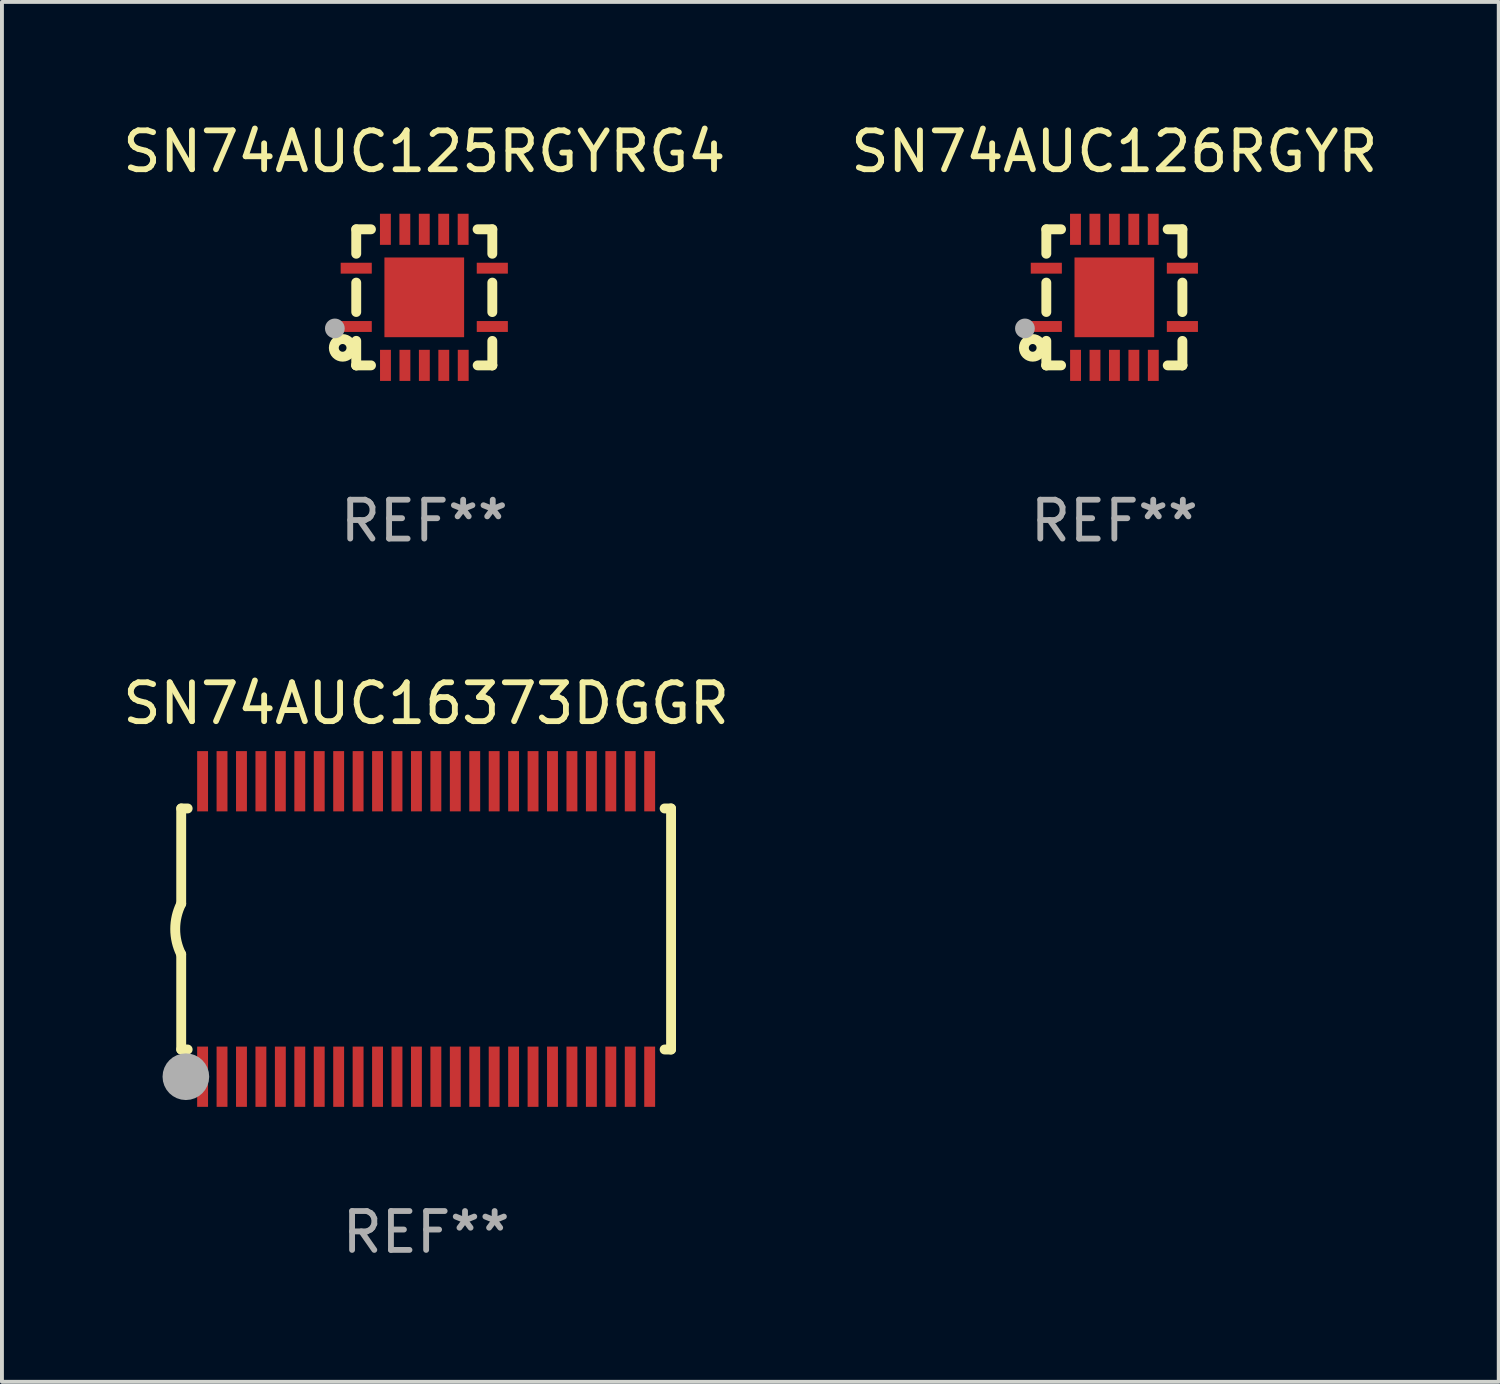
<source format=kicad_pcb>
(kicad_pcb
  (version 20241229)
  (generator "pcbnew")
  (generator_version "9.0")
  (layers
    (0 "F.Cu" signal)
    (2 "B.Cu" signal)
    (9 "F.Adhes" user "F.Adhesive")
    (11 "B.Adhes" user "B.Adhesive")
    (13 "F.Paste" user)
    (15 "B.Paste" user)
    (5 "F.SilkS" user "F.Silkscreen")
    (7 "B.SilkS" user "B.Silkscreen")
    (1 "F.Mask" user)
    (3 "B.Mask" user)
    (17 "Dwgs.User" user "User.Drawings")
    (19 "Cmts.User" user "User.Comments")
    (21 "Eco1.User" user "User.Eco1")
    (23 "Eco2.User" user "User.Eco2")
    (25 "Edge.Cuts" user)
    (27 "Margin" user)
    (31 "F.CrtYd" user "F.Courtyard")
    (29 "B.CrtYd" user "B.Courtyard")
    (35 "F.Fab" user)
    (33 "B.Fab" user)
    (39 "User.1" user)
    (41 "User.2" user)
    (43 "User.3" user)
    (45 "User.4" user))
  (footprint "SN74AUC125RGYRG4"
    (layer "F.Cu")
    (at 7.863 4.598)
    (property "Reference" "SN74AUC125RGYRG4" (at 0 -3.75 0) (layer "F.SilkS") (effects (font (size 1 1) (thickness 0.15))))
    (attr through_hole)
    (fp_line (start -1.75 1.75) (end -1.37 1.75) (stroke (width 0.254) (type solid)) (layer "F.SilkS"))
    (fp_line (start -1.75 -1.75) (end -1.75 -1.121) (stroke (width 0.254) (type solid)) (layer "F.SilkS"))
    (fp_line (start -1.75 -0.379) (end -1.75 0.377) (stroke (width 0.254) (type solid)) (layer "F.SilkS"))
    (fp_line (start -1.75 1.119) (end -1.75 1.75) (stroke (width 0.254) (type solid)) (layer "F.SilkS"))
    (fp_line (start -1.75 1.75) (end -1.75 1.75) (stroke (width 0.254) (type solid)) (layer "F.SilkS"))
    (fp_line (start -1.371 -1.75) (end -1.75 -1.75) (stroke (width 0.254) (type solid)) (layer "F.SilkS"))
    (fp_line (start 1.373 1.75) (end 1.75 1.75) (stroke (width 0.254) (type solid)) (layer "F.SilkS"))
    (fp_line (start 1.75 1.75) (end 1.75 1.75) (stroke (width 0.254) (type solid)) (layer "F.SilkS"))
    (fp_line (start 1.75 -1.75) (end 1.371 -1.75) (stroke (width 0.254) (type solid)) (layer "F.SilkS"))
    (fp_line (start 1.75 -1.121) (end 1.75 -1.75) (stroke (width 0.254) (type solid)) (layer "F.SilkS"))
    (fp_line (start 1.75 0.379) (end 1.75 -0.379) (stroke (width 0.254) (type solid)) (layer "F.SilkS"))
    (fp_line (start 1.75 1.75) (end 1.75 1.121) (stroke (width 0.254) (type solid)) (layer "F.SilkS"))
    (fp_circle (center -2.1 1.3) (end -2 1.3) (stroke (width 0.254) (type solid)) (fill no) (layer "F.SilkS"))
    (fp_circle (center -1.747 1.751) (end -1.717 1.751) (stroke (width 0.06) (type solid)) (fill no) (layer "F.SilkS"))
    (fp_circle (center -2.3 0.8) (end -2.173 0.8) (stroke (width 0.254) (type solid)) (fill no) (layer "F.Fab"))
    (fp_text user "REF**" (at 0 5.75 0) (layer "F.Fab") (effects (font (size 1 1) (thickness 0.15))))
    (pad "1" smd rect (at -1.75 0.75 270) (size 0.28 0.8) (layers "F.Cu" "F.Mask" "F.Paste"))
    (pad "2" smd rect (at -0.998 1.75 180) (size 0.28 0.8) (layers "F.Cu" "F.Mask" "F.Paste"))
    (pad "3" smd rect (at -0.498 1.75 180) (size 0.28 0.8) (layers "F.Cu" "F.Mask" "F.Paste"))
    (pad "4" smd rect (at 0.002 1.75 180) (size 0.28 0.8) (layers "F.Cu" "F.Mask" "F.Paste"))
    (pad "5" smd rect (at 0.502 1.75 180) (size 0.28 0.8) (layers "F.Cu" "F.Mask" "F.Paste"))
    (pad "6" smd rect (at 1.002 1.75 180) (size 0.28 0.8) (layers "F.Cu" "F.Mask" "F.Paste"))
    (pad "7" smd rect (at 1.75 0.75 270) (size 0.28 0.8) (layers "F.Cu" "F.Mask" "F.Paste"))
    (pad "8" smd rect (at 1.75 -0.75 270) (size 0.28 0.8) (layers "F.Cu" "F.Mask" "F.Paste"))
    (pad "9" smd rect (at 1 -1.75) (size 0.28 0.8) (layers "F.Cu" "F.Mask" "F.Paste"))
    (pad "10" smd rect (at 0.5 -1.75) (size 0.28 0.8) (layers "F.Cu" "F.Mask" "F.Paste"))
    (pad "11" smd rect (at 0 -1.75) (size 0.28 0.8) (layers "F.Cu" "F.Mask" "F.Paste"))
    (pad "12" smd rect (at -0.5 -1.75) (size 0.28 0.8) (layers "F.Cu" "F.Mask" "F.Paste"))
    (pad "13" smd rect (at -1 -1.75) (size 0.28 0.8) (layers "F.Cu" "F.Mask" "F.Paste"))
    (pad "14" smd rect (at -1.75 -0.75 90) (size 0.28 0.8) (layers "F.Cu" "F.Mask" "F.Paste"))
    (pad "15" smd rect (at 0 0 180) (size 2.05 2.05) (layers "F.Cu" "F.Mask" "F.Paste")))
  (footprint "SN74AUC16373DGGR"
    (layer "F.Cu")
    (at 7.911 20.845)
    (property "Reference" "SN74AUC16373DGGR" (at 0 -5.8 0) (layer "F.SilkS") (effects (font (size 1 1) (thickness 0.15))))
    (attr through_hole)
    (fp_line (start -6.3 -3.1) (end -6.3 -0.65) (stroke (width 0.254) (type solid)) (layer "F.SilkS"))
    (fp_line (start -6.3 -3.1) (end -6.134 -3.1) (stroke (width 0.254) (type solid)) (layer "F.SilkS"))
    (fp_line (start -6.3 3.1) (end -6.3 0.65) (stroke (width 0.254) (type solid)) (layer "F.SilkS"))
    (fp_line (start -6.3 3.1) (end -6.134 3.1) (stroke (width 0.254) (type solid)) (layer "F.SilkS"))
    (fp_line (start 6.134 -3.1) (end 6.3 -3.1) (stroke (width 0.254) (type solid)) (layer "F.SilkS"))
    (fp_line (start 6.134 3.1) (end 6.3 3.1) (stroke (width 0.254) (type solid)) (layer "F.SilkS"))
    (fp_line (start 6.3 -3.1) (end 6.3 3.1) (stroke (width 0.254) (type solid)) (layer "F.SilkS"))
    (fp_arc (start -6.301016 0.650114) (mid -6.45413 -0.000082) (end -6.3 -0.650038) (stroke (width 0.254001) (type solid)) (layer "F.SilkS"))
    (fp_circle (center -6.35 3.81) (end -6.223 3.81) (stroke (width 0.254) (type solid)) (fill no) (layer "F.SilkS"))
    (fp_circle (center -6.25 4.05) (end -6.22 4.05) (stroke (width 0.06) (type solid)) (fill no) (layer "F.SilkS"))
    (fp_circle (center -6.18 3.8) (end -5.88 3.8) (stroke (width 0.6) (type solid)) (fill no) (layer "F.Fab"))
    (fp_text user "REF**" (at 0 7.8 0) (layer "F.Fab") (effects (font (size 1 1) (thickness 0.15))))
    (pad "1" smd rect (at -5.75 3.8) (size 0.28 1.55) (layers "F.Cu" "F.Mask" "F.Paste"))
    (pad "2" smd rect (at -5.25 3.8) (size 0.28 1.55) (layers "F.Cu" "F.Mask" "F.Paste"))
    (pad "3" smd rect (at -4.75 3.8) (size 0.28 1.55) (layers "F.Cu" "F.Mask" "F.Paste"))
    (pad "4" smd rect (at -4.25 3.8) (size 0.28 1.55) (layers "F.Cu" "F.Mask" "F.Paste"))
    (pad "5" smd rect (at -3.75 3.8) (size 0.28 1.55) (layers "F.Cu" "F.Mask" "F.Paste"))
    (pad "6" smd rect (at -3.25 3.8) (size 0.28 1.55) (layers "F.Cu" "F.Mask" "F.Paste"))
    (pad "7" smd rect (at -2.75 3.8) (size 0.28 1.55) (layers "F.Cu" "F.Mask" "F.Paste"))
    (pad "8" smd rect (at -2.25 3.8) (size 0.28 1.55) (layers "F.Cu" "F.Mask" "F.Paste"))
    (pad "9" smd rect (at -1.75 3.8) (size 0.28 1.55) (layers "F.Cu" "F.Mask" "F.Paste"))
    (pad "10" smd rect (at -1.25 3.8) (size 0.28 1.55) (layers "F.Cu" "F.Mask" "F.Paste"))
    (pad "11" smd rect (at -0.75 3.8) (size 0.28 1.55) (layers "F.Cu" "F.Mask" "F.Paste"))
    (pad "12" smd rect (at -0.25 3.8) (size 0.28 1.55) (layers "F.Cu" "F.Mask" "F.Paste"))
    (pad "13" smd rect (at 0.25 3.8) (size 0.28 1.55) (layers "F.Cu" "F.Mask" "F.Paste"))
    (pad "14" smd rect (at 0.75 3.8) (size 0.28 1.55) (layers "F.Cu" "F.Mask" "F.Paste"))
    (pad "15" smd rect (at 1.25 3.8) (size 0.28 1.55) (layers "F.Cu" "F.Mask" "F.Paste"))
    (pad "16" smd rect (at 1.75 3.8) (size 0.28 1.55) (layers "F.Cu" "F.Mask" "F.Paste"))
    (pad "17" smd rect (at 2.25 3.8) (size 0.28 1.55) (layers "F.Cu" "F.Mask" "F.Paste"))
    (pad "18" smd rect (at 2.75 3.8) (size 0.28 1.55) (layers "F.Cu" "F.Mask" "F.Paste"))
    (pad "19" smd rect (at 3.25 3.8) (size 0.28 1.55) (layers "F.Cu" "F.Mask" "F.Paste"))
    (pad "20" smd rect (at 3.75 3.8) (size 0.28 1.55) (layers "F.Cu" "F.Mask" "F.Paste"))
    (pad "21" smd rect (at 4.25 3.8) (size 0.28 1.55) (layers "F.Cu" "F.Mask" "F.Paste"))
    (pad "22" smd rect (at 4.75 3.8) (size 0.28 1.55) (layers "F.Cu" "F.Mask" "F.Paste"))
    (pad "23" smd rect (at 5.25 3.8) (size 0.28 1.55) (layers "F.Cu" "F.Mask" "F.Paste"))
    (pad "24" smd rect (at 5.75 3.8) (size 0.28 1.55) (layers "F.Cu" "F.Mask" "F.Paste"))
    (pad "25" smd rect (at 5.75 -3.8) (size 0.28 1.55) (layers "F.Cu" "F.Mask" "F.Paste"))
    (pad "26" smd rect (at 5.25 -3.8) (size 0.28 1.55) (layers "F.Cu" "F.Mask" "F.Paste"))
    (pad "27" smd rect (at 4.75 -3.8) (size 0.28 1.55) (layers "F.Cu" "F.Mask" "F.Paste"))
    (pad "28" smd rect (at 4.25 -3.8) (size 0.28 1.55) (layers "F.Cu" "F.Mask" "F.Paste"))
    (pad "29" smd rect (at 3.75 -3.8) (size 0.28 1.55) (layers "F.Cu" "F.Mask" "F.Paste"))
    (pad "30" smd rect (at 3.25 -3.8) (size 0.28 1.55) (layers "F.Cu" "F.Mask" "F.Paste"))
    (pad "31" smd rect (at 2.75 -3.8) (size 0.28 1.55) (layers "F.Cu" "F.Mask" "F.Paste"))
    (pad "32" smd rect (at 2.25 -3.8) (size 0.28 1.55) (layers "F.Cu" "F.Mask" "F.Paste"))
    (pad "33" smd rect (at 1.75 -3.8) (size 0.28 1.55) (layers "F.Cu" "F.Mask" "F.Paste"))
    (pad "34" smd rect (at 1.25 -3.8) (size 0.28 1.55) (layers "F.Cu" "F.Mask" "F.Paste"))
    (pad "35" smd rect (at 0.75 -3.8) (size 0.28 1.55) (layers "F.Cu" "F.Mask" "F.Paste"))
    (pad "36" smd rect (at 0.25 -3.8) (size 0.28 1.55) (layers "F.Cu" "F.Mask" "F.Paste"))
    (pad "37" smd rect (at -0.25 -3.8) (size 0.28 1.55) (layers "F.Cu" "F.Mask" "F.Paste"))
    (pad "38" smd rect (at -0.75 -3.8) (size 0.28 1.55) (layers "F.Cu" "F.Mask" "F.Paste"))
    (pad "39" smd rect (at -1.25 -3.8) (size 0.28 1.55) (layers "F.Cu" "F.Mask" "F.Paste"))
    (pad "40" smd rect (at -1.75 -3.8) (size 0.28 1.55) (layers "F.Cu" "F.Mask" "F.Paste"))
    (pad "41" smd rect (at -2.25 -3.8) (size 0.28 1.55) (layers "F.Cu" "F.Mask" "F.Paste"))
    (pad "42" smd rect (at -2.75 -3.8) (size 0.28 1.55) (layers "F.Cu" "F.Mask" "F.Paste"))
    (pad "43" smd rect (at -3.25 -3.8) (size 0.28 1.55) (layers "F.Cu" "F.Mask" "F.Paste"))
    (pad "44" smd rect (at -3.75 -3.8) (size 0.28 1.55) (layers "F.Cu" "F.Mask" "F.Paste"))
    (pad "45" smd rect (at -4.25 -3.8) (size 0.28 1.55) (layers "F.Cu" "F.Mask" "F.Paste"))
    (pad "46" smd rect (at -4.75 -3.8) (size 0.28 1.55) (layers "F.Cu" "F.Mask" "F.Paste"))
    (pad "47" smd rect (at -5.25 -3.8) (size 0.28 1.55) (layers "F.Cu" "F.Mask" "F.Paste"))
    (pad "48" smd rect (at -5.75 -3.8) (size 0.28 1.55) (layers "F.Cu" "F.Mask" "F.Paste")))
  (footprint "SN74AUC126RGYR"
    (layer "F.Cu")
    (at 25.613 4.598)
    (property "Reference" "SN74AUC126RGYR" (at 0 -3.75 0) (layer "F.SilkS") (effects (font (size 1 1) (thickness 0.15))))
    (attr through_hole)
    (fp_line (start -1.75 1.75) (end -1.37 1.75) (stroke (width 0.254) (type solid)) (layer "F.SilkS"))
    (fp_line (start -1.75 -1.75) (end -1.75 -1.121) (stroke (width 0.254) (type solid)) (layer "F.SilkS"))
    (fp_line (start -1.75 -0.379) (end -1.75 0.377) (stroke (width 0.254) (type solid)) (layer "F.SilkS"))
    (fp_line (start -1.75 1.119) (end -1.75 1.75) (stroke (width 0.254) (type solid)) (layer "F.SilkS"))
    (fp_line (start -1.75 1.75) (end -1.75 1.75) (stroke (width 0.254) (type solid)) (layer "F.SilkS"))
    (fp_line (start -1.371 -1.75) (end -1.75 -1.75) (stroke (width 0.254) (type solid)) (layer "F.SilkS"))
    (fp_line (start 1.373 1.75) (end 1.75 1.75) (stroke (width 0.254) (type solid)) (layer "F.SilkS"))
    (fp_line (start 1.75 1.75) (end 1.75 1.75) (stroke (width 0.254) (type solid)) (layer "F.SilkS"))
    (fp_line (start 1.75 -1.75) (end 1.371 -1.75) (stroke (width 0.254) (type solid)) (layer "F.SilkS"))
    (fp_line (start 1.75 -1.121) (end 1.75 -1.75) (stroke (width 0.254) (type solid)) (layer "F.SilkS"))
    (fp_line (start 1.75 0.379) (end 1.75 -0.379) (stroke (width 0.254) (type solid)) (layer "F.SilkS"))
    (fp_line (start 1.75 1.75) (end 1.75 1.121) (stroke (width 0.254) (type solid)) (layer "F.SilkS"))
    (fp_circle (center -2.1 1.3) (end -2 1.3) (stroke (width 0.254) (type solid)) (fill no) (layer "F.SilkS"))
    (fp_circle (center -1.747 1.751) (end -1.717 1.751) (stroke (width 0.06) (type solid)) (fill no) (layer "F.SilkS"))
    (fp_circle (center -2.3 0.8) (end -2.173 0.8) (stroke (width 0.254) (type solid)) (fill no) (layer "F.Fab"))
    (fp_text user "REF**" (at 0 5.75 0) (layer "F.Fab") (effects (font (size 1 1) (thickness 0.15))))
    (pad "1" smd rect (at -1.75 0.75 270) (size 0.28 0.8) (layers "F.Cu" "F.Mask" "F.Paste"))
    (pad "2" smd rect (at -0.998 1.75 180) (size 0.28 0.8) (layers "F.Cu" "F.Mask" "F.Paste"))
    (pad "3" smd rect (at -0.498 1.75 180) (size 0.28 0.8) (layers "F.Cu" "F.Mask" "F.Paste"))
    (pad "4" smd rect (at 0.002 1.75 180) (size 0.28 0.8) (layers "F.Cu" "F.Mask" "F.Paste"))
    (pad "5" smd rect (at 0.502 1.75 180) (size 0.28 0.8) (layers "F.Cu" "F.Mask" "F.Paste"))
    (pad "6" smd rect (at 1.002 1.75 180) (size 0.28 0.8) (layers "F.Cu" "F.Mask" "F.Paste"))
    (pad "7" smd rect (at 1.75 0.75 270) (size 0.28 0.8) (layers "F.Cu" "F.Mask" "F.Paste"))
    (pad "8" smd rect (at 1.75 -0.75 270) (size 0.28 0.8) (layers "F.Cu" "F.Mask" "F.Paste"))
    (pad "9" smd rect (at 1 -1.75) (size 0.28 0.8) (layers "F.Cu" "F.Mask" "F.Paste"))
    (pad "10" smd rect (at 0.5 -1.75) (size 0.28 0.8) (layers "F.Cu" "F.Mask" "F.Paste"))
    (pad "11" smd rect (at 0 -1.75) (size 0.28 0.8) (layers "F.Cu" "F.Mask" "F.Paste"))
    (pad "12" smd rect (at -0.5 -1.75) (size 0.28 0.8) (layers "F.Cu" "F.Mask" "F.Paste"))
    (pad "13" smd rect (at -1 -1.75) (size 0.28 0.8) (layers "F.Cu" "F.Mask" "F.Paste"))
    (pad "14" smd rect (at -1.75 -0.75 90) (size 0.28 0.8) (layers "F.Cu" "F.Mask" "F.Paste"))
    (pad "15" smd rect (at 0 0 180) (size 2.05 2.05) (layers "F.Cu" "F.Mask" "F.Paste")))
  (gr_rect
    (start -3 -3)
    (end 35.5 32.493)
    (stroke (width 0.1) (type default))
    (fill no)
    (layer "Edge.Cuts")))
</source>
